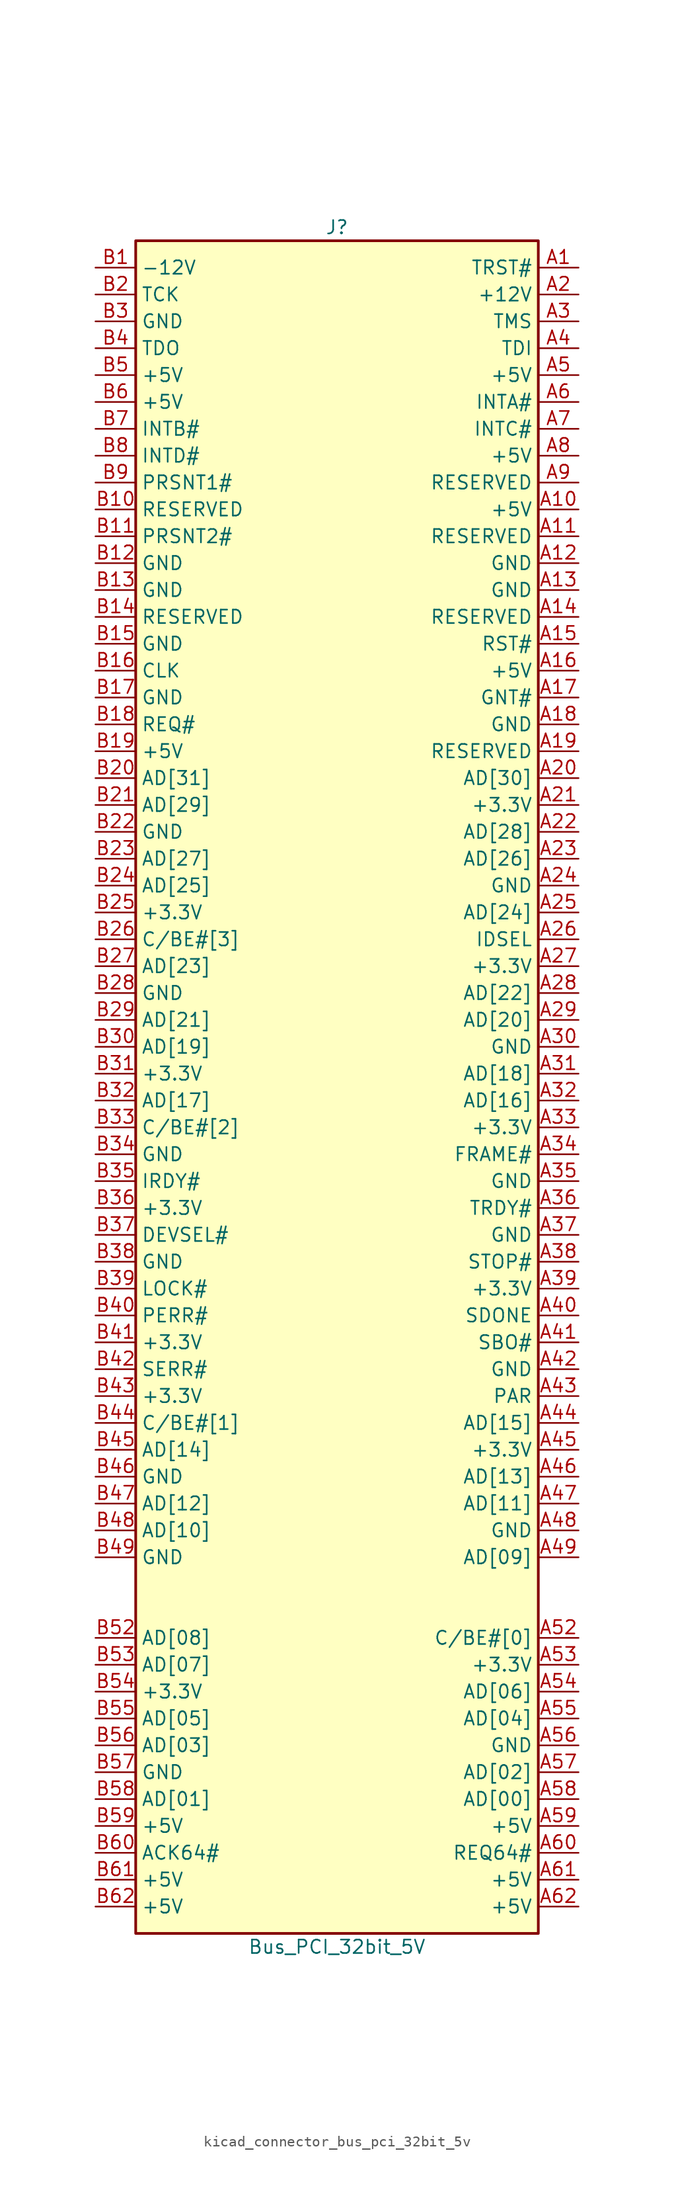
<source format=kicad_sym>
(kicad_symbol_lib
  (version 20220914)
  (generator kicad_symbol_editor)
  (symbol "kicad_connector_bus_pci_32bit_5v"
    (property "Reference" "J"
      (at 0 80.01 0)
      (effects (font (size 1.27 1.27))))
    (property "Value" "Bus_PCI_32bit_5V"
      (at 0 -82.55 0)
      (effects (font (size 1.27 1.27))))
    (symbol "kicad_connector_bus_pci_32bit_5v_0_1"
      (rectangle (start -19.05 -81.28) (end 19.05 78.74) (stroke (width 0.254) (type default)) (fill (type background))))
    (symbol "kicad_connector_bus_pci_32bit_5v_1_1"
      (pin output line (at 22.86 76.2 180) (length 3.81) (name "TRST#" (effects (font (size 1.27 1.27)))) (number "A1" (effects (font (size 1.27 1.27)))))
      (pin power_in line (at 22.86 53.34 180) (length 3.81) (name "+5V" (effects (font (size 1.27 1.27)))) (number "A10" (effects (font (size 1.27 1.27)))))
      (pin passive line (at 22.86 50.8 180) (length 3.81) (name "RESERVED" (effects (font (size 1.27 1.27)))) (number "A11" (effects (font (size 1.27 1.27)))))
      (pin power_in line (at 22.86 48.26 180) (length 3.81) (name "GND" (effects (font (size 1.27 1.27)))) (number "A12" (effects (font (size 1.27 1.27)))))
      (pin power_in line (at 22.86 45.72 180) (length 3.81) (name "GND" (effects (font (size 1.27 1.27)))) (number "A13" (effects (font (size 1.27 1.27)))))
      (pin passive line (at 22.86 43.18 180) (length 3.81) (name "RESERVED" (effects (font (size 1.27 1.27)))) (number "A14" (effects (font (size 1.27 1.27)))))
      (pin output line (at 22.86 40.64 180) (length 3.81) (name "RST#" (effects (font (size 1.27 1.27)))) (number "A15" (effects (font (size 1.27 1.27)))))
      (pin power_in line (at 22.86 38.1 180) (length 3.81) (name "+5V" (effects (font (size 1.27 1.27)))) (number "A16" (effects (font (size 1.27 1.27)))))
      (pin bidirectional line (at 22.86 35.56 180) (length 3.81) (name "GNT#" (effects (font (size 1.27 1.27)))) (number "A17" (effects (font (size 1.27 1.27)))))
      (pin power_in line (at 22.86 33.02 180) (length 3.81) (name "GND" (effects (font (size 1.27 1.27)))) (number "A18" (effects (font (size 1.27 1.27)))))
      (pin passive line (at 22.86 30.48 180) (length 3.81) (name "RESERVED" (effects (font (size 1.27 1.27)))) (number "A19" (effects (font (size 1.27 1.27)))))
      (pin power_in line (at 22.86 73.66 180) (length 3.81) (name "+12V" (effects (font (size 1.27 1.27)))) (number "A2" (effects (font (size 1.27 1.27)))))
      (pin bidirectional line (at 22.86 27.94 180) (length 3.81) (name "AD[30]" (effects (font (size 1.27 1.27)))) (number "A20" (effects (font (size 1.27 1.27)))))
      (pin power_in line (at 22.86 25.4 180) (length 3.81) (name "+3.3V" (effects (font (size 1.27 1.27)))) (number "A21" (effects (font (size 1.27 1.27)))))
      (pin bidirectional line (at 22.86 22.86 180) (length 3.81) (name "AD[28]" (effects (font (size 1.27 1.27)))) (number "A22" (effects (font (size 1.27 1.27)))))
      (pin bidirectional line (at 22.86 20.32 180) (length 3.81) (name "AD[26]" (effects (font (size 1.27 1.27)))) (number "A23" (effects (font (size 1.27 1.27)))))
      (pin power_in line (at 22.86 17.78 180) (length 3.81) (name "GND" (effects (font (size 1.27 1.27)))) (number "A24" (effects (font (size 1.27 1.27)))))
      (pin bidirectional line (at 22.86 15.24 180) (length 3.81) (name "AD[24]" (effects (font (size 1.27 1.27)))) (number "A25" (effects (font (size 1.27 1.27)))))
      (pin output line (at 22.86 12.7 180) (length 3.81) (name "IDSEL" (effects (font (size 1.27 1.27)))) (number "A26" (effects (font (size 1.27 1.27)))))
      (pin power_in line (at 22.86 10.16 180) (length 3.81) (name "+3.3V" (effects (font (size 1.27 1.27)))) (number "A27" (effects (font (size 1.27 1.27)))))
      (pin bidirectional line (at 22.86 7.62 180) (length 3.81) (name "AD[22]" (effects (font (size 1.27 1.27)))) (number "A28" (effects (font (size 1.27 1.27)))))
      (pin bidirectional line (at 22.86 5.08 180) (length 3.81) (name "AD[20]" (effects (font (size 1.27 1.27)))) (number "A29" (effects (font (size 1.27 1.27)))))
      (pin output line (at 22.86 71.12 180) (length 3.81) (name "TMS" (effects (font (size 1.27 1.27)))) (number "A3" (effects (font (size 1.27 1.27)))))
      (pin power_in line (at 22.86 2.54 180) (length 3.81) (name "GND" (effects (font (size 1.27 1.27)))) (number "A30" (effects (font (size 1.27 1.27)))))
      (pin bidirectional line (at 22.86 0 180) (length 3.81) (name "AD[18]" (effects (font (size 1.27 1.27)))) (number "A31" (effects (font (size 1.27 1.27)))))
      (pin bidirectional line (at 22.86 -2.54 180) (length 3.81) (name "AD[16]" (effects (font (size 1.27 1.27)))) (number "A32" (effects (font (size 1.27 1.27)))))
      (pin power_in line (at 22.86 -5.08 180) (length 3.81) (name "+3.3V" (effects (font (size 1.27 1.27)))) (number "A33" (effects (font (size 1.27 1.27)))))
      (pin bidirectional line (at 22.86 -7.62 180) (length 3.81) (name "FRAME#" (effects (font (size 1.27 1.27)))) (number "A34" (effects (font (size 1.27 1.27)))))
      (pin power_in line (at 22.86 -10.16 180) (length 3.81) (name "GND" (effects (font (size 1.27 1.27)))) (number "A35" (effects (font (size 1.27 1.27)))))
      (pin bidirectional line (at 22.86 -12.7 180) (length 3.81) (name "TRDY#" (effects (font (size 1.27 1.27)))) (number "A36" (effects (font (size 1.27 1.27)))))
      (pin power_in line (at 22.86 -15.24 180) (length 3.81) (name "GND" (effects (font (size 1.27 1.27)))) (number "A37" (effects (font (size 1.27 1.27)))))
      (pin bidirectional line (at 22.86 -17.78 180) (length 3.81) (name "STOP#" (effects (font (size 1.27 1.27)))) (number "A38" (effects (font (size 1.27 1.27)))))
      (pin power_in line (at 22.86 -20.32 180) (length 3.81) (name "+3.3V" (effects (font (size 1.27 1.27)))) (number "A39" (effects (font (size 1.27 1.27)))))
      (pin output line (at 22.86 68.58 180) (length 3.81) (name "TDI" (effects (font (size 1.27 1.27)))) (number "A4" (effects (font (size 1.27 1.27)))))
      (pin bidirectional line (at 22.86 -22.86 180) (length 3.81) (name "SDONE" (effects (font (size 1.27 1.27)))) (number "A40" (effects (font (size 1.27 1.27)))))
      (pin bidirectional line (at 22.86 -25.4 180) (length 3.81) (name "SBO#" (effects (font (size 1.27 1.27)))) (number "A41" (effects (font (size 1.27 1.27)))))
      (pin power_in line (at 22.86 -27.94 180) (length 3.81) (name "GND" (effects (font (size 1.27 1.27)))) (number "A42" (effects (font (size 1.27 1.27)))))
      (pin bidirectional line (at 22.86 -30.48 180) (length 3.81) (name "PAR" (effects (font (size 1.27 1.27)))) (number "A43" (effects (font (size 1.27 1.27)))))
      (pin bidirectional line (at 22.86 -33.02 180) (length 3.81) (name "AD[15]" (effects (font (size 1.27 1.27)))) (number "A44" (effects (font (size 1.27 1.27)))))
      (pin power_in line (at 22.86 -35.56 180) (length 3.81) (name "+3.3V" (effects (font (size 1.27 1.27)))) (number "A45" (effects (font (size 1.27 1.27)))))
      (pin bidirectional line (at 22.86 -38.1 180) (length 3.81) (name "AD[13]" (effects (font (size 1.27 1.27)))) (number "A46" (effects (font (size 1.27 1.27)))))
      (pin bidirectional line (at 22.86 -40.64 180) (length 3.81) (name "AD[11]" (effects (font (size 1.27 1.27)))) (number "A47" (effects (font (size 1.27 1.27)))))
      (pin power_in line (at 22.86 -43.18 180) (length 3.81) (name "GND" (effects (font (size 1.27 1.27)))) (number "A48" (effects (font (size 1.27 1.27)))))
      (pin bidirectional line (at 22.86 -45.72 180) (length 3.81) (name "AD[09]" (effects (font (size 1.27 1.27)))) (number "A49" (effects (font (size 1.27 1.27)))))
      (pin power_in line (at 22.86 66.04 180) (length 3.81) (name "+5V" (effects (font (size 1.27 1.27)))) (number "A5" (effects (font (size 1.27 1.27)))))
      (pin bidirectional line (at 22.86 -53.34 180) (length 3.81) (name "C/BE#[0]" (effects (font (size 1.27 1.27)))) (number "A52" (effects (font (size 1.27 1.27)))))
      (pin power_in line (at 22.86 -55.88 180) (length 3.81) (name "+3.3V" (effects (font (size 1.27 1.27)))) (number "A53" (effects (font (size 1.27 1.27)))))
      (pin bidirectional line (at 22.86 -58.42 180) (length 3.81) (name "AD[06]" (effects (font (size 1.27 1.27)))) (number "A54" (effects (font (size 1.27 1.27)))))
      (pin bidirectional line (at 22.86 -60.96 180) (length 3.81) (name "AD[04]" (effects (font (size 1.27 1.27)))) (number "A55" (effects (font (size 1.27 1.27)))))
      (pin power_in line (at 22.86 -63.5 180) (length 3.81) (name "GND" (effects (font (size 1.27 1.27)))) (number "A56" (effects (font (size 1.27 1.27)))))
      (pin bidirectional line (at 22.86 -66.04 180) (length 3.81) (name "AD[02]" (effects (font (size 1.27 1.27)))) (number "A57" (effects (font (size 1.27 1.27)))))
      (pin bidirectional line (at 22.86 -68.58 180) (length 3.81) (name "AD[00]" (effects (font (size 1.27 1.27)))) (number "A58" (effects (font (size 1.27 1.27)))))
      (pin power_in line (at 22.86 -71.12 180) (length 3.81) (name "+5V" (effects (font (size 1.27 1.27)))) (number "A59" (effects (font (size 1.27 1.27)))))
      (pin input line (at 22.86 63.5 180) (length 3.81) (name "INTA#" (effects (font (size 1.27 1.27)))) (number "A6" (effects (font (size 1.27 1.27)))))
      (pin bidirectional line (at 22.86 -73.66 180) (length 3.81) (name "REQ64#" (effects (font (size 1.27 1.27)))) (number "A60" (effects (font (size 1.27 1.27)))))
      (pin power_in line (at 22.86 -76.2 180) (length 3.81) (name "+5V" (effects (font (size 1.27 1.27)))) (number "A61" (effects (font (size 1.27 1.27)))))
      (pin power_in line (at 22.86 -78.74 180) (length 3.81) (name "+5V" (effects (font (size 1.27 1.27)))) (number "A62" (effects (font (size 1.27 1.27)))))
      (pin input line (at 22.86 60.96 180) (length 3.81) (name "INTC#" (effects (font (size 1.27 1.27)))) (number "A7" (effects (font (size 1.27 1.27)))))
      (pin power_in line (at 22.86 58.42 180) (length 3.81) (name "+5V" (effects (font (size 1.27 1.27)))) (number "A8" (effects (font (size 1.27 1.27)))))
      (pin passive line (at 22.86 55.88 180) (length 3.81) (name "RESERVED" (effects (font (size 1.27 1.27)))) (number "A9" (effects (font (size 1.27 1.27)))))
      (pin power_in line (at -22.86 76.2 0) (length 3.81) (name "-12V" (effects (font (size 1.27 1.27)))) (number "B1" (effects (font (size 1.27 1.27)))))
      (pin passive line (at -22.86 53.34 0) (length 3.81) (name "RESERVED" (effects (font (size 1.27 1.27)))) (number "B10" (effects (font (size 1.27 1.27)))))
      (pin input line (at -22.86 50.8 0) (length 3.81) (name "PRSNT2#" (effects (font (size 1.27 1.27)))) (number "B11" (effects (font (size 1.27 1.27)))))
      (pin power_in line (at -22.86 48.26 0) (length 3.81) (name "GND" (effects (font (size 1.27 1.27)))) (number "B12" (effects (font (size 1.27 1.27)))))
      (pin power_in line (at -22.86 45.72 0) (length 3.81) (name "GND" (effects (font (size 1.27 1.27)))) (number "B13" (effects (font (size 1.27 1.27)))))
      (pin passive line (at -22.86 43.18 0) (length 3.81) (name "RESERVED" (effects (font (size 1.27 1.27)))) (number "B14" (effects (font (size 1.27 1.27)))))
      (pin power_in line (at -22.86 40.64 0) (length 3.81) (name "GND" (effects (font (size 1.27 1.27)))) (number "B15" (effects (font (size 1.27 1.27)))))
      (pin output line (at -22.86 38.1 0) (length 3.81) (name "CLK" (effects (font (size 1.27 1.27)))) (number "B16" (effects (font (size 1.27 1.27)))))
      (pin power_in line (at -22.86 35.56 0) (length 3.81) (name "GND" (effects (font (size 1.27 1.27)))) (number "B17" (effects (font (size 1.27 1.27)))))
      (pin bidirectional line (at -22.86 33.02 0) (length 3.81) (name "REQ#" (effects (font (size 1.27 1.27)))) (number "B18" (effects (font (size 1.27 1.27)))))
      (pin power_in line (at -22.86 30.48 0) (length 3.81) (name "+5V" (effects (font (size 1.27 1.27)))) (number "B19" (effects (font (size 1.27 1.27)))))
      (pin output line (at -22.86 73.66 0) (length 3.81) (name "TCK" (effects (font (size 1.27 1.27)))) (number "B2" (effects (font (size 1.27 1.27)))))
      (pin bidirectional line (at -22.86 27.94 0) (length 3.81) (name "AD[31]" (effects (font (size 1.27 1.27)))) (number "B20" (effects (font (size 1.27 1.27)))))
      (pin bidirectional line (at -22.86 25.4 0) (length 3.81) (name "AD[29]" (effects (font (size 1.27 1.27)))) (number "B21" (effects (font (size 1.27 1.27)))))
      (pin power_in line (at -22.86 22.86 0) (length 3.81) (name "GND" (effects (font (size 1.27 1.27)))) (number "B22" (effects (font (size 1.27 1.27)))))
      (pin bidirectional line (at -22.86 20.32 0) (length 3.81) (name "AD[27]" (effects (font (size 1.27 1.27)))) (number "B23" (effects (font (size 1.27 1.27)))))
      (pin bidirectional line (at -22.86 17.78 0) (length 3.81) (name "AD[25]" (effects (font (size 1.27 1.27)))) (number "B24" (effects (font (size 1.27 1.27)))))
      (pin power_in line (at -22.86 15.24 0) (length 3.81) (name "+3.3V" (effects (font (size 1.27 1.27)))) (number "B25" (effects (font (size 1.27 1.27)))))
      (pin bidirectional line (at -22.86 12.7 0) (length 3.81) (name "C/BE#[3]" (effects (font (size 1.27 1.27)))) (number "B26" (effects (font (size 1.27 1.27)))))
      (pin bidirectional line (at -22.86 10.16 0) (length 3.81) (name "AD[23]" (effects (font (size 1.27 1.27)))) (number "B27" (effects (font (size 1.27 1.27)))))
      (pin power_in line (at -22.86 7.62 0) (length 3.81) (name "GND" (effects (font (size 1.27 1.27)))) (number "B28" (effects (font (size 1.27 1.27)))))
      (pin bidirectional line (at -22.86 5.08 0) (length 3.81) (name "AD[21]" (effects (font (size 1.27 1.27)))) (number "B29" (effects (font (size 1.27 1.27)))))
      (pin power_in line (at -22.86 71.12 0) (length 3.81) (name "GND" (effects (font (size 1.27 1.27)))) (number "B3" (effects (font (size 1.27 1.27)))))
      (pin bidirectional line (at -22.86 2.54 0) (length 3.81) (name "AD[19]" (effects (font (size 1.27 1.27)))) (number "B30" (effects (font (size 1.27 1.27)))))
      (pin power_in line (at -22.86 0 0) (length 3.81) (name "+3.3V" (effects (font (size 1.27 1.27)))) (number "B31" (effects (font (size 1.27 1.27)))))
      (pin bidirectional line (at -22.86 -2.54 0) (length 3.81) (name "AD[17]" (effects (font (size 1.27 1.27)))) (number "B32" (effects (font (size 1.27 1.27)))))
      (pin bidirectional line (at -22.86 -5.08 0) (length 3.81) (name "C/BE#[2]" (effects (font (size 1.27 1.27)))) (number "B33" (effects (font (size 1.27 1.27)))))
      (pin power_in line (at -22.86 -7.62 0) (length 3.81) (name "GND" (effects (font (size 1.27 1.27)))) (number "B34" (effects (font (size 1.27 1.27)))))
      (pin bidirectional line (at -22.86 -10.16 0) (length 3.81) (name "IRDY#" (effects (font (size 1.27 1.27)))) (number "B35" (effects (font (size 1.27 1.27)))))
      (pin power_in line (at -22.86 -12.7 0) (length 3.81) (name "+3.3V" (effects (font (size 1.27 1.27)))) (number "B36" (effects (font (size 1.27 1.27)))))
      (pin bidirectional line (at -22.86 -15.24 0) (length 3.81) (name "DEVSEL#" (effects (font (size 1.27 1.27)))) (number "B37" (effects (font (size 1.27 1.27)))))
      (pin power_in line (at -22.86 -17.78 0) (length 3.81) (name "GND" (effects (font (size 1.27 1.27)))) (number "B38" (effects (font (size 1.27 1.27)))))
      (pin bidirectional line (at -22.86 -20.32 0) (length 3.81) (name "LOCK#" (effects (font (size 1.27 1.27)))) (number "B39" (effects (font (size 1.27 1.27)))))
      (pin input line (at -22.86 68.58 0) (length 3.81) (name "TDO" (effects (font (size 1.27 1.27)))) (number "B4" (effects (font (size 1.27 1.27)))))
      (pin bidirectional line (at -22.86 -22.86 0) (length 3.81) (name "PERR#" (effects (font (size 1.27 1.27)))) (number "B40" (effects (font (size 1.27 1.27)))))
      (pin power_in line (at -22.86 -25.4 0) (length 3.81) (name "+3.3V" (effects (font (size 1.27 1.27)))) (number "B41" (effects (font (size 1.27 1.27)))))
      (pin input line (at -22.86 -27.94 0) (length 3.81) (name "SERR#" (effects (font (size 1.27 1.27)))) (number "B42" (effects (font (size 1.27 1.27)))))
      (pin power_in line (at -22.86 -30.48 0) (length 3.81) (name "+3.3V" (effects (font (size 1.27 1.27)))) (number "B43" (effects (font (size 1.27 1.27)))))
      (pin bidirectional line (at -22.86 -33.02 0) (length 3.81) (name "C/BE#[1]" (effects (font (size 1.27 1.27)))) (number "B44" (effects (font (size 1.27 1.27)))))
      (pin bidirectional line (at -22.86 -35.56 0) (length 3.81) (name "AD[14]" (effects (font (size 1.27 1.27)))) (number "B45" (effects (font (size 1.27 1.27)))))
      (pin power_in line (at -22.86 -38.1 0) (length 3.81) (name "GND" (effects (font (size 1.27 1.27)))) (number "B46" (effects (font (size 1.27 1.27)))))
      (pin bidirectional line (at -22.86 -40.64 0) (length 3.81) (name "AD[12]" (effects (font (size 1.27 1.27)))) (number "B47" (effects (font (size 1.27 1.27)))))
      (pin bidirectional line (at -22.86 -43.18 0) (length 3.81) (name "AD[10]" (effects (font (size 1.27 1.27)))) (number "B48" (effects (font (size 1.27 1.27)))))
      (pin power_in line (at -22.86 -45.72 0) (length 3.81) (name "GND" (effects (font (size 1.27 1.27)))) (number "B49" (effects (font (size 1.27 1.27)))))
      (pin power_in line (at -22.86 66.04 0) (length 3.81) (name "+5V" (effects (font (size 1.27 1.27)))) (number "B5" (effects (font (size 1.27 1.27)))))
      (pin bidirectional line (at -22.86 -53.34 0) (length 3.81) (name "AD[08]" (effects (font (size 1.27 1.27)))) (number "B52" (effects (font (size 1.27 1.27)))))
      (pin bidirectional line (at -22.86 -55.88 0) (length 3.81) (name "AD[07]" (effects (font (size 1.27 1.27)))) (number "B53" (effects (font (size 1.27 1.27)))))
      (pin input line (at -22.86 -58.42 0) (length 3.81) (name "+3.3V" (effects (font (size 1.27 1.27)))) (number "B54" (effects (font (size 1.27 1.27)))))
      (pin bidirectional line (at -22.86 -60.96 0) (length 3.81) (name "AD[05]" (effects (font (size 1.27 1.27)))) (number "B55" (effects (font (size 1.27 1.27)))))
      (pin bidirectional line (at -22.86 -63.5 0) (length 3.81) (name "AD[03]" (effects (font (size 1.27 1.27)))) (number "B56" (effects (font (size 1.27 1.27)))))
      (pin power_in line (at -22.86 -66.04 0) (length 3.81) (name "GND" (effects (font (size 1.27 1.27)))) (number "B57" (effects (font (size 1.27 1.27)))))
      (pin bidirectional line (at -22.86 -68.58 0) (length 3.81) (name "AD[01]" (effects (font (size 1.27 1.27)))) (number "B58" (effects (font (size 1.27 1.27)))))
      (pin power_in line (at -22.86 -71.12 0) (length 3.81) (name "+5V" (effects (font (size 1.27 1.27)))) (number "B59" (effects (font (size 1.27 1.27)))))
      (pin power_in line (at -22.86 63.5 0) (length 3.81) (name "+5V" (effects (font (size 1.27 1.27)))) (number "B6" (effects (font (size 1.27 1.27)))))
      (pin bidirectional line (at -22.86 -73.66 0) (length 3.81) (name "ACK64#" (effects (font (size 1.27 1.27)))) (number "B60" (effects (font (size 1.27 1.27)))))
      (pin power_in line (at -22.86 -76.2 0) (length 3.81) (name "+5V" (effects (font (size 1.27 1.27)))) (number "B61" (effects (font (size 1.27 1.27)))))
      (pin power_in line (at -22.86 -78.74 0) (length 3.81) (name "+5V" (effects (font (size 1.27 1.27)))) (number "B62" (effects (font (size 1.27 1.27)))))
      (pin input line (at -22.86 60.96 0) (length 3.81) (name "INTB#" (effects (font (size 1.27 1.27)))) (number "B7" (effects (font (size 1.27 1.27)))))
      (pin input line (at -22.86 58.42 0) (length 3.81) (name "INTD#" (effects (font (size 1.27 1.27)))) (number "B8" (effects (font (size 1.27 1.27)))))
      (pin input line (at -22.86 55.88 0) (length 3.81) (name "PRSNT1#" (effects (font (size 1.27 1.27)))) (number "B9" (effects (font (size 1.27 1.27))))))))
</source>
